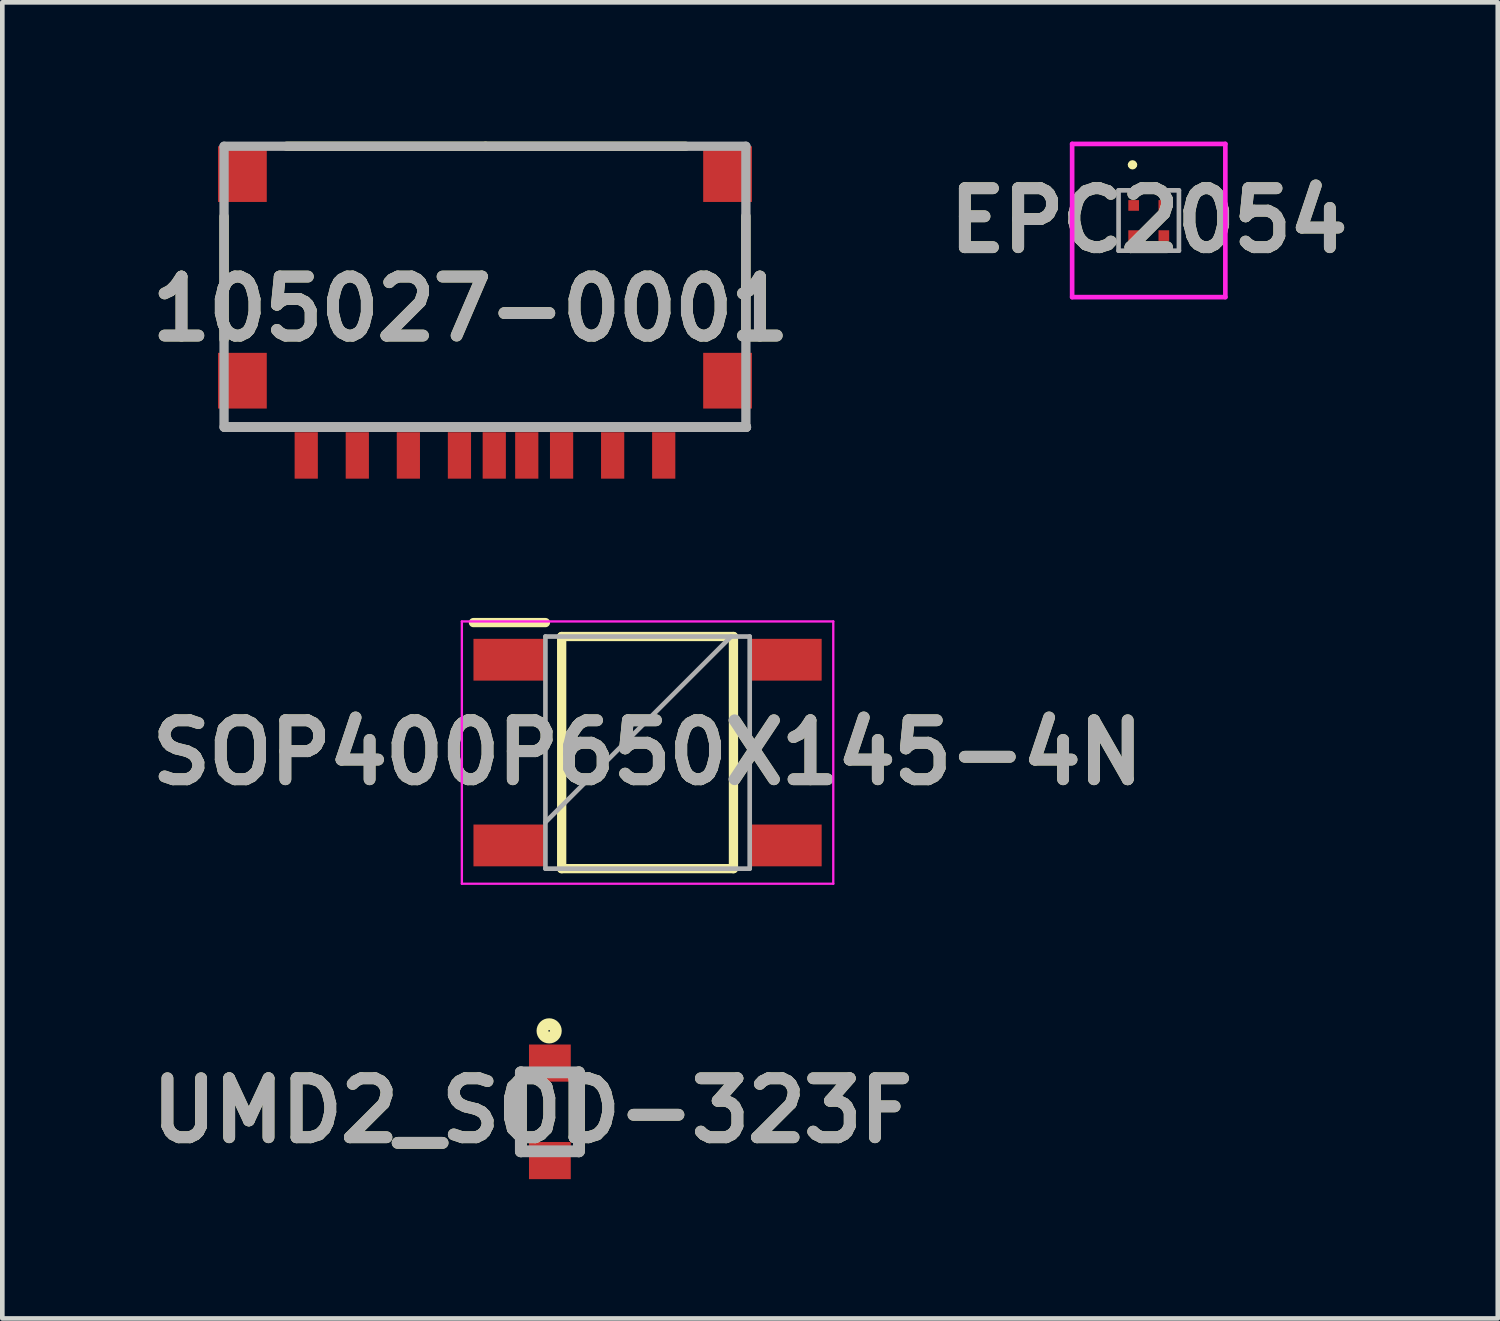
<source format=kicad_pcb>
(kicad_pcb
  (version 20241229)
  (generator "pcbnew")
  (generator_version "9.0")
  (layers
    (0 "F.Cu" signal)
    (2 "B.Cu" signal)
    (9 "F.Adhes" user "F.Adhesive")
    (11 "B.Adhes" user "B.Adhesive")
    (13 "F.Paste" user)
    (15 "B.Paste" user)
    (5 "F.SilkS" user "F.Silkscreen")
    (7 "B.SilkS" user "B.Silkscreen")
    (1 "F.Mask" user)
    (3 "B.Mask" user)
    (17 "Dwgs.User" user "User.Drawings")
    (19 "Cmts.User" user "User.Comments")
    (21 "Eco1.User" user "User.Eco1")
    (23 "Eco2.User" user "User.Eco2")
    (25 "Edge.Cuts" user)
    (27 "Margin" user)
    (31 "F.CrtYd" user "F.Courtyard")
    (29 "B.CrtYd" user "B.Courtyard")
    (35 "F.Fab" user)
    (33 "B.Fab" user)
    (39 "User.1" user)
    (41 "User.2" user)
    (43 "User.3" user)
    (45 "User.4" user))
  (footprint "UMD2_SOD-323F"
    (layer "F.Cu")
    (at 8.794 20.898)
    (property "Reference" "UMD2_SOD-323F" (at -0.376 -0.027 0) (layer "F.SilkS") (effects (font (size 1.27 1.27) (thickness 0.254))))
    (attr smd)
    (fp_line (start -0.625 -0.85) (end -0.625 0.85) (stroke (width 0.254) (type solid)) (layer "F.SilkS"))
    (fp_line (start 0.625 0.85) (end 0.625 -0.85) (stroke (width 0.254) (type solid)) (layer "F.SilkS"))
    (fp_circle (center -0.016 -1.744) (end -0.016 -1.727) (stroke (width 0.254) (type solid)) (fill no) (layer "F.SilkS"))
    (fp_line (start -0.625 -0.85) (end 0.625 -0.85) (stroke (width 0.254) (type solid)) (layer "F.Fab"))
    (fp_line (start -0.625 0.85) (end -0.625 -0.85) (stroke (width 0.254) (type solid)) (layer "F.Fab"))
    (fp_line (start 0.625 -0.85) (end 0.625 0.85) (stroke (width 0.254) (type solid)) (layer "F.Fab"))
    (fp_line (start 0.625 0.85) (end -0.625 0.85) (stroke (width 0.254) (type solid)) (layer "F.Fab"))
    (fp_text user "${REFERENCE}" (at -0.376 -0.027 0) (layer "F.Fab") (effects (font (size 1.27 1.27) (thickness 0.254))))
    (pad "1" smd rect (at 0 -1.05 90) (size 0.8 0.9) (layers "F.Cu" "F.Mask" "F.Paste"))
    (pad "2" smd rect (at 0 1.05 90) (size 0.8 0.9) (layers "F.Cu" "F.Mask" "F.Paste")))
  (footprint "EPC2054"
    (layer "F.Cu")
    (at 21.693 1.7)
    (property "Reference" "EPC2054" (at 0 0 0) (layer "F.SilkS") (effects (font (size 1.27 1.27) (thickness 0.254))))
    (attr smd)
    (fp_line (start -0.4 -1.2) (end -0.4 -1.2) (stroke (width 0.1) (type solid)) (layer "F.SilkS"))
    (fp_line (start -0.3 -1.2) (end -0.3 -1.2) (stroke (width 0.1) (type solid)) (layer "F.SilkS"))
    (fp_arc (start -0.4 -1.2) (mid -0.35 -1.25) (end -0.3 -1.2) (stroke (width 0.1) (type solid)) (layer "F.SilkS"))
    (fp_arc (start -0.3 -1.2) (mid -0.35 -1.15) (end -0.4 -1.2) (stroke (width 0.1) (type solid)) (layer "F.SilkS"))
    (fp_line (start -1.65 -1.65) (end -1.65 1.65) (stroke (width 0.1) (type solid)) (layer "F.CrtYd"))
    (fp_line (start -1.65 1.65) (end 1.65 1.65) (stroke (width 0.1) (type solid)) (layer "F.CrtYd"))
    (fp_line (start 1.65 -1.65) (end -1.65 -1.65) (stroke (width 0.1) (type solid)) (layer "F.CrtYd"))
    (fp_line (start 1.65 1.65) (end 1.65 -1.65) (stroke (width 0.1) (type solid)) (layer "F.CrtYd"))
    (fp_line (start -0.65 -0.65) (end -0.65 0.65) (stroke (width 0.1) (type solid)) (layer "F.Fab"))
    (fp_line (start -0.65 0.65) (end 0.65 0.65) (stroke (width 0.1) (type solid)) (layer "F.Fab"))
    (fp_line (start 0.65 -0.65) (end -0.65 -0.65) (stroke (width 0.1) (type solid)) (layer "F.Fab"))
    (fp_line (start 0.65 0.65) (end 0.65 -0.65) (stroke (width 0.1) (type solid)) (layer "F.Fab"))
    (fp_text user "${REFERENCE}" (at 0 0 0) (layer "F.Fab") (effects (font (size 1.27 1.27) (thickness 0.254))))
    (pad "1" smd rect (at -0.325 -0.325 90) (size 0.23 0.23) (layers "F.Cu" "F.Mask" "F.Paste"))
    (pad "2" smd rect (at -0.325 0.325 90) (size 0.23 0.23) (layers "F.Cu" "F.Mask" "F.Paste"))
    (pad "3" smd rect (at 0.325 -0.325 90) (size 0.23 0.23) (layers "F.Cu" "F.Mask" "F.Paste"))
    (pad "4" smd rect (at 0.325 0.325 90) (size 0.23 0.23) (layers "F.Cu" "F.Mask" "F.Paste")))
  (footprint "105027-0001"
    (layer "F.Cu")
    (at 7.396 5.15)
    (property "Reference" "105027-0001" (at -0.308 -1.547 0) (layer "F.SilkS") (effects (font (size 1.27 1.27) (thickness 0.254))))
    (attr smd)
    (fp_line (start -5.62 -2.025) (end -5.62 -3.537) (stroke (width 0.2) (type solid)) (layer "F.SilkS"))
    (fp_line (start -5.62 -2.025) (end -5.62 -0.889) (stroke (width 0.2) (type solid)) (layer "F.SilkS"))
    (fp_line (start -5.608 1) (end 5.632 1) (stroke (width 0.2) (type solid)) (layer "F.SilkS"))
    (fp_line (start 0.012 -5.05) (end -4.27 -5.05) (stroke (width 0.2) (type solid)) (layer "F.SilkS"))
    (fp_line (start 0.012 -5.05) (end 4.323 -5.05) (stroke (width 0.2) (type solid)) (layer "F.SilkS"))
    (fp_line (start 5.62 -2.025) (end 5.62 -3.545) (stroke (width 0.2) (type solid)) (layer "F.SilkS"))
    (fp_line (start 5.62 -2.025) (end 5.62 -0.945) (stroke (width 0.2) (type solid)) (layer "F.SilkS"))
    (fp_line (start -5.62 -5.05) (end 5.62 -5.05) (stroke (width 0.2) (type solid)) (layer "F.Fab"))
    (fp_line (start -5.62 1) (end -5.62 -5.05) (stroke (width 0.2) (type solid)) (layer "F.Fab"))
    (fp_line (start -5.608 1) (end 5.632 1) (stroke (width 0.2) (type solid)) (layer "F.Fab"))
    (fp_line (start -5.608 1) (end 5.632 1) (stroke (width 0.2) (type solid)) (layer "F.Fab"))
    (fp_line (start 5.62 -5.05) (end 5.62 1) (stroke (width 0.2) (type solid)) (layer "F.Fab"))
    (fp_line (start 5.62 1) (end -5.62 1) (stroke (width 0.2) (type solid)) (layer "F.Fab"))
    (fp_line (start 5.632 1) (end -5.608 1) (stroke (width 0.2) (type solid)) (layer "F.Fab"))
    (fp_text user "${REFERENCE}" (at -0.308 -1.547 0) (layer "F.Fab") (effects (font (size 1.27 1.27) (thickness 0.254))))
    (pad "1" smd rect (at 3.85 1.61) (size 0.5 1) (layers "F.Cu" "F.Mask" "F.Paste"))
    (pad "2" smd rect (at 2.75 1.61) (size 0.5 1) (layers "F.Cu" "F.Mask" "F.Paste"))
    (pad "3" smd rect (at 1.65 1.61) (size 0.5 1) (layers "F.Cu" "F.Mask" "F.Paste"))
    (pad "4" smd rect (at 0.9 1.61) (size 0.5 1) (layers "F.Cu" "F.Mask" "F.Paste"))
    (pad "5" smd rect (at -0.55 1.61) (size 0.5 1) (layers "F.Cu" "F.Mask" "F.Paste"))
    (pad "6" smd rect (at -1.65 1.61) (size 0.5 1) (layers "F.Cu" "F.Mask" "F.Paste"))
    (pad "7" smd rect (at -2.75 1.61) (size 0.5 1) (layers "F.Cu" "F.Mask" "F.Paste"))
    (pad "8" smd rect (at -3.85 1.61) (size 0.5 1) (layers "F.Cu" "F.Mask" "F.Paste"))
    (pad "9" smd rect (at 0.2 1.61) (size 0.5 1) (layers "F.Cu" "F.Mask" "F.Paste"))
    (pad "10" smd rect (at -5.225 -4.45) (size 1.05 1.2) (layers "F.Cu" "F.Mask" "F.Paste"))
    (pad "11" smd rect (at 5.225 -4.45) (size 1.05 1.2) (layers "F.Cu" "F.Mask" "F.Paste"))
    (pad "12" smd rect (at -5.225 0) (size 1.05 1.2) (layers "F.Cu" "F.Mask" "F.Paste"))
    (pad "13" smd rect (at 5.225 0) (size 1.05 1.2) (layers "F.Cu" "F.Mask" "F.Paste")))
  (footprint "SOP400P650X145-4N"
    (layer "F.Cu")
    (at 10.898 13.16)
    (property "Reference" "SOP400P650X145-4N" (at 0 0 0) (layer "F.SilkS") (effects (font (size 1.27 1.27) (thickness 0.254))))
    (attr smd)
    (fp_line (start -3.75 -2.8) (end -2.2 -2.8) (stroke (width 0.2) (type solid)) (layer "F.SilkS"))
    (fp_line (start -1.85 -2.5) (end 1.85 -2.5) (stroke (width 0.2) (type solid)) (layer "F.SilkS"))
    (fp_line (start -1.85 2.5) (end -1.85 -2.5) (stroke (width 0.2) (type solid)) (layer "F.SilkS"))
    (fp_line (start 1.85 -2.5) (end 1.85 2.5) (stroke (width 0.2) (type solid)) (layer "F.SilkS"))
    (fp_line (start 1.85 2.5) (end -1.85 2.5) (stroke (width 0.2) (type solid)) (layer "F.SilkS"))
    (fp_line (start -4 -2.825) (end 4 -2.825) (stroke (width 0.05) (type solid)) (layer "F.CrtYd"))
    (fp_line (start -4 2.825) (end -4 -2.825) (stroke (width 0.05) (type solid)) (layer "F.CrtYd"))
    (fp_line (start 4 -2.825) (end 4 2.825) (stroke (width 0.05) (type solid)) (layer "F.CrtYd"))
    (fp_line (start 4 2.825) (end -4 2.825) (stroke (width 0.05) (type solid)) (layer "F.CrtYd"))
    (fp_line (start -2.2 -2.5) (end 2.2 -2.5) (stroke (width 0.1) (type solid)) (layer "F.Fab"))
    (fp_line (start -2.2 1.5) (end 1.8 -2.5) (stroke (width 0.1) (type solid)) (layer "F.Fab"))
    (fp_line (start -2.2 2.5) (end -2.2 -2.5) (stroke (width 0.1) (type solid)) (layer "F.Fab"))
    (fp_line (start 2.2 -2.5) (end 2.2 2.5) (stroke (width 0.1) (type solid)) (layer "F.Fab"))
    (fp_line (start 2.2 2.5) (end -2.2 2.5) (stroke (width 0.1) (type solid)) (layer "F.Fab"))
    (fp_text user "${REFERENCE}" (at 0 0 0) (layer "F.Fab") (effects (font (size 1.27 1.27) (thickness 0.254))))
    (pad "1" smd rect (at -2.975 -2 90) (size 0.9 1.55) (layers "F.Cu" "F.Mask" "F.Paste"))
    (pad "2" smd rect (at -2.975 2 90) (size 0.9 1.55) (layers "F.Cu" "F.Mask" "F.Paste"))
    (pad "3" smd rect (at 2.975 2 90) (size 0.9 1.55) (layers "F.Cu" "F.Mask" "F.Paste"))
    (pad "4" smd rect (at 2.975 -2 90) (size 0.9 1.55) (layers "F.Cu" "F.Mask" "F.Paste")))
  (gr_rect
    (start -3 -3)
    (end 29.211 25.348)
    (stroke (width 0.1) (type default))
    (fill no)
    (layer "Edge.Cuts")))
</source>
